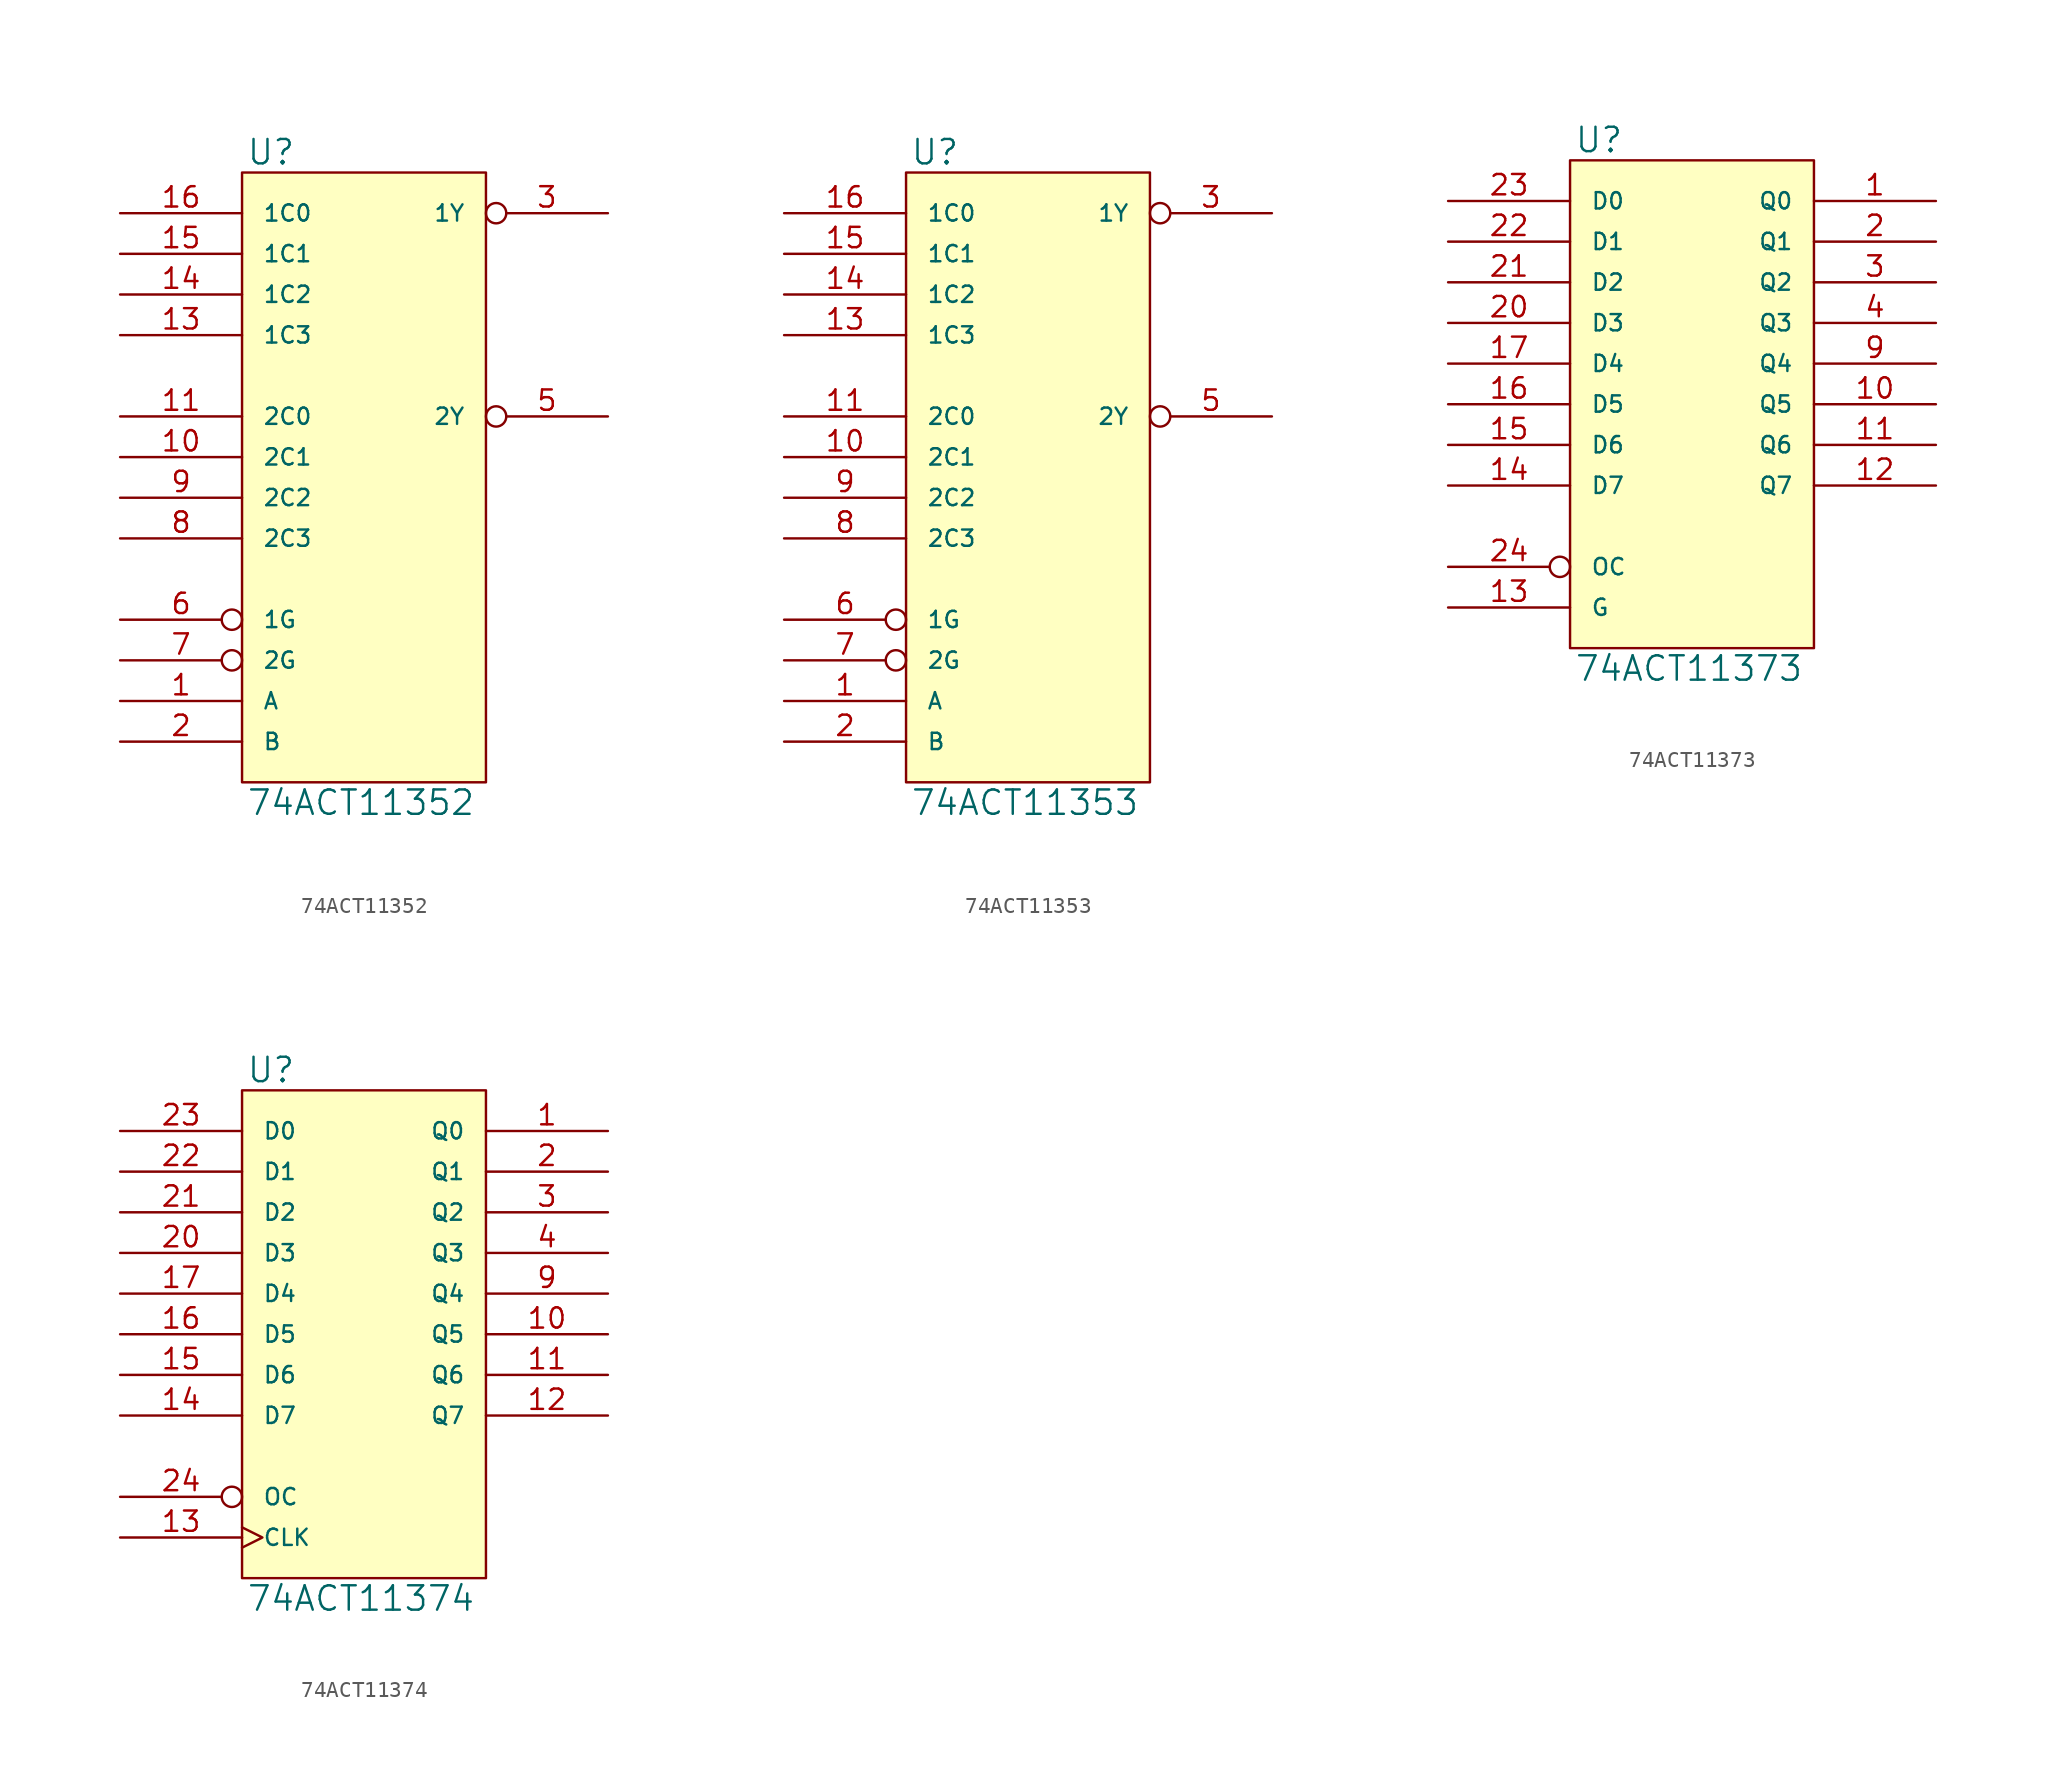
<source format=kicad_sym>
(kicad_symbol_lib
  (version 20231120)
  (generator "kicad_symbol_editor")
  (generator_version "8.0")
  (symbol "74ACT11352"
    (pin_names
      (offset 1.27))
    (property "Reference" "U"
      (at 0.254 0.381 0)
      (effects (font (size 1.524 1.524)) (justify left bottom)))
    (property "Value" "74ACT11352"
      (at 0.254 -38.481 0)
      (effects (font (size 1.524 1.524)) (justify left top)))
    (symbol "74ACT11352_0_1"
      (rectangle (start 0 0) (end 15.24 -38.1) (stroke (width 0) (type solid)) (fill (type background))))
    (symbol "74ACT11352_1_1"
      (pin input line (at -7.62 -33.02 0) (length 7.62) (name "A" (effects (font (size 1.016 1.016)))) (number "1" (effects (font (size 1.27 1.27)))))
      (pin input line (at -7.62 -17.78 0) (length 7.62) (name "2C1" (effects (font (size 1.016 1.016)))) (number "10" (effects (font (size 1.27 1.27)))))
      (pin input line (at -7.62 -15.24 0) (length 7.62) (name "2C0" (effects (font (size 1.016 1.016)))) (number "11" (effects (font (size 1.27 1.27)))))
      (pin power_in line (at 0 0 270) (length 0) hide (name "VCC" (effects (font (size 1.016 1.016)))) (number "12" (effects (font (size 1.27 1.27)))))
      (pin input line (at -7.62 -10.16 0) (length 7.62) (name "1C3" (effects (font (size 1.016 1.016)))) (number "13" (effects (font (size 1.27 1.27)))))
      (pin input line (at -7.62 -7.62 0) (length 7.62) (name "1C2" (effects (font (size 1.016 1.016)))) (number "14" (effects (font (size 1.27 1.27)))))
      (pin input line (at -7.62 -5.08 0) (length 7.62) (name "1C1" (effects (font (size 1.016 1.016)))) (number "15" (effects (font (size 1.27 1.27)))))
      (pin input line (at -7.62 -2.54 0) (length 7.62) (name "1C0" (effects (font (size 1.016 1.016)))) (number "16" (effects (font (size 1.27 1.27)))))
      (pin input line (at -7.62 -35.56 0) (length 7.62) (name "B" (effects (font (size 1.016 1.016)))) (number "2" (effects (font (size 1.27 1.27)))))
      (pin output inverted (at 22.86 -2.54 180) (length 7.62) (name "1Y" (effects (font (size 1.016 1.016)))) (number "3" (effects (font (size 1.27 1.27)))))
      (pin power_in line (at 0 -38.1 90) (length 0) hide (name "GND" (effects (font (size 1.016 1.016)))) (number "4" (effects (font (size 1.27 1.27)))))
      (pin output inverted (at 22.86 -15.24 180) (length 7.62) (name "2Y" (effects (font (size 1.016 1.016)))) (number "5" (effects (font (size 1.27 1.27)))))
      (pin input inverted (at -7.62 -27.94 0) (length 7.62) (name "1G" (effects (font (size 1.016 1.016)))) (number "6" (effects (font (size 1.27 1.27)))))
      (pin input inverted (at -7.62 -30.48 0) (length 7.62) (name "2G" (effects (font (size 1.016 1.016)))) (number "7" (effects (font (size 1.27 1.27)))))
      (pin input line (at -7.62 -22.86 0) (length 7.62) (name "2C3" (effects (font (size 1.016 1.016)))) (number "8" (effects (font (size 1.27 1.27)))))
      (pin input line (at -7.62 -20.32 0) (length 7.62) (name "2C2" (effects (font (size 1.016 1.016)))) (number "9" (effects (font (size 1.27 1.27)))))))
  (symbol "74ACT11353"
    (pin_names
      (offset 1.27))
    (property "Reference" "U"
      (at 0.254 0.381 0)
      (effects (font (size 1.524 1.524)) (justify left bottom)))
    (property "Value" "74ACT11353"
      (at 0.254 -38.481 0)
      (effects (font (size 1.524 1.524)) (justify left top)))
    (symbol "74ACT11353_0_1"
      (rectangle (start 0 0) (end 15.24 -38.1) (stroke (width 0) (type solid)) (fill (type background))))
    (symbol "74ACT11353_1_1"
      (pin input line (at -7.62 -33.02 0) (length 7.62) (name "A" (effects (font (size 1.016 1.016)))) (number "1" (effects (font (size 1.27 1.27)))))
      (pin input line (at -7.62 -17.78 0) (length 7.62) (name "2C1" (effects (font (size 1.016 1.016)))) (number "10" (effects (font (size 1.27 1.27)))))
      (pin input line (at -7.62 -15.24 0) (length 7.62) (name "2C0" (effects (font (size 1.016 1.016)))) (number "11" (effects (font (size 1.27 1.27)))))
      (pin power_in line (at 0 0 270) (length 0) hide (name "VCC" (effects (font (size 1.016 1.016)))) (number "12" (effects (font (size 1.27 1.27)))))
      (pin input line (at -7.62 -10.16 0) (length 7.62) (name "1C3" (effects (font (size 1.016 1.016)))) (number "13" (effects (font (size 1.27 1.27)))))
      (pin input line (at -7.62 -7.62 0) (length 7.62) (name "1C2" (effects (font (size 1.016 1.016)))) (number "14" (effects (font (size 1.27 1.27)))))
      (pin input line (at -7.62 -5.08 0) (length 7.62) (name "1C1" (effects (font (size 1.016 1.016)))) (number "15" (effects (font (size 1.27 1.27)))))
      (pin input line (at -7.62 -2.54 0) (length 7.62) (name "1C0" (effects (font (size 1.016 1.016)))) (number "16" (effects (font (size 1.27 1.27)))))
      (pin input line (at -7.62 -35.56 0) (length 7.62) (name "B" (effects (font (size 1.016 1.016)))) (number "2" (effects (font (size 1.27 1.27)))))
      (pin tri_state inverted (at 22.86 -2.54 180) (length 7.62) (name "1Y" (effects (font (size 1.016 1.016)))) (number "3" (effects (font (size 1.27 1.27)))))
      (pin power_in line (at 0 -38.1 90) (length 0) hide (name "GND" (effects (font (size 1.016 1.016)))) (number "4" (effects (font (size 1.27 1.27)))))
      (pin tri_state inverted (at 22.86 -15.24 180) (length 7.62) (name "2Y" (effects (font (size 1.016 1.016)))) (number "5" (effects (font (size 1.27 1.27)))))
      (pin input inverted (at -7.62 -27.94 0) (length 7.62) (name "1G" (effects (font (size 1.016 1.016)))) (number "6" (effects (font (size 1.27 1.27)))))
      (pin input inverted (at -7.62 -30.48 0) (length 7.62) (name "2G" (effects (font (size 1.016 1.016)))) (number "7" (effects (font (size 1.27 1.27)))))
      (pin input line (at -7.62 -22.86 0) (length 7.62) (name "2C3" (effects (font (size 1.016 1.016)))) (number "8" (effects (font (size 1.27 1.27)))))
      (pin input line (at -7.62 -20.32 0) (length 7.62) (name "2C2" (effects (font (size 1.016 1.016)))) (number "9" (effects (font (size 1.27 1.27)))))))
  (symbol "74ACT11373"
    (pin_names
      (offset 1.27))
    (property "Reference" "U"
      (at 0.254 0.381 0)
      (effects (font (size 1.524 1.524)) (justify left bottom)))
    (property "Value" "74ACT11373"
      (at 0.254 -30.861 0)
      (effects (font (size 1.524 1.524)) (justify left top)))
    (symbol "74ACT11373_0_1"
      (rectangle (start 0 0) (end 15.24 -30.48) (stroke (width 0) (type solid)) (fill (type background))))
    (symbol "74ACT11373_1_1"
      (pin tri_state line (at 22.86 -2.54 180) (length 7.62) (name "Q0" (effects (font (size 1.016 1.016)))) (number "1" (effects (font (size 1.27 1.27)))))
      (pin tri_state line (at 22.86 -15.24 180) (length 7.62) (name "Q5" (effects (font (size 1.016 1.016)))) (number "10" (effects (font (size 1.27 1.27)))))
      (pin tri_state line (at 22.86 -17.78 180) (length 7.62) (name "Q6" (effects (font (size 1.016 1.016)))) (number "11" (effects (font (size 1.27 1.27)))))
      (pin tri_state line (at 22.86 -20.32 180) (length 7.62) (name "Q7" (effects (font (size 1.016 1.016)))) (number "12" (effects (font (size 1.27 1.27)))))
      (pin input line (at -7.62 -27.94 0) (length 7.62) (name "G" (effects (font (size 1.016 1.016)))) (number "13" (effects (font (size 1.27 1.27)))))
      (pin input line (at -7.62 -20.32 0) (length 7.62) (name "D7" (effects (font (size 1.016 1.016)))) (number "14" (effects (font (size 1.27 1.27)))))
      (pin input line (at -7.62 -17.78 0) (length 7.62) (name "D6" (effects (font (size 1.016 1.016)))) (number "15" (effects (font (size 1.27 1.27)))))
      (pin input line (at -7.62 -15.24 0) (length 7.62) (name "D5" (effects (font (size 1.016 1.016)))) (number "16" (effects (font (size 1.27 1.27)))))
      (pin input line (at -7.62 -12.7 0) (length 7.62) (name "D4" (effects (font (size 1.016 1.016)))) (number "17" (effects (font (size 1.27 1.27)))))
      (pin power_in line (at 2.54 0 270) (length 0) hide (name "VCC" (effects (font (size 1.016 1.016)))) (number "18" (effects (font (size 1.27 1.27)))))
      (pin power_in line (at 0 0 270) (length 0) hide (name "VCC" (effects (font (size 1.016 1.016)))) (number "19" (effects (font (size 1.27 1.27)))))
      (pin tri_state line (at 22.86 -5.08 180) (length 7.62) (name "Q1" (effects (font (size 1.016 1.016)))) (number "2" (effects (font (size 1.27 1.27)))))
      (pin input line (at -7.62 -10.16 0) (length 7.62) (name "D3" (effects (font (size 1.016 1.016)))) (number "20" (effects (font (size 1.27 1.27)))))
      (pin input line (at -7.62 -7.62 0) (length 7.62) (name "D2" (effects (font (size 1.016 1.016)))) (number "21" (effects (font (size 1.27 1.27)))))
      (pin input line (at -7.62 -5.08 0) (length 7.62) (name "D1" (effects (font (size 1.016 1.016)))) (number "22" (effects (font (size 1.27 1.27)))))
      (pin input line (at -7.62 -2.54 0) (length 7.62) (name "D0" (effects (font (size 1.016 1.016)))) (number "23" (effects (font (size 1.27 1.27)))))
      (pin input inverted (at -7.62 -25.4 0) (length 7.62) (name "OC" (effects (font (size 1.016 1.016)))) (number "24" (effects (font (size 1.27 1.27)))))
      (pin tri_state line (at 22.86 -7.62 180) (length 7.62) (name "Q2" (effects (font (size 1.016 1.016)))) (number "3" (effects (font (size 1.27 1.27)))))
      (pin tri_state line (at 22.86 -10.16 180) (length 7.62) (name "Q3" (effects (font (size 1.016 1.016)))) (number "4" (effects (font (size 1.27 1.27)))))
      (pin power_in line (at 0 -30.48 90) (length 0) hide (name "GND" (effects (font (size 1.016 1.016)))) (number "5" (effects (font (size 1.27 1.27)))))
      (pin power_in line (at 2.54 -30.48 90) (length 0) hide (name "GND" (effects (font (size 1.016 1.016)))) (number "6" (effects (font (size 1.27 1.27)))))
      (pin power_in line (at 5.08 -30.48 90) (length 0) hide (name "GND" (effects (font (size 1.016 1.016)))) (number "7" (effects (font (size 1.27 1.27)))))
      (pin power_in line (at 7.62 -30.48 90) (length 0) hide (name "GND" (effects (font (size 1.016 1.016)))) (number "8" (effects (font (size 1.27 1.27)))))
      (pin tri_state line (at 22.86 -12.7 180) (length 7.62) (name "Q4" (effects (font (size 1.016 1.016)))) (number "9" (effects (font (size 1.27 1.27)))))))
  (symbol "74ACT11374"
    (pin_names
      (offset 1.27))
    (property "Reference" "U"
      (at 0.254 0.381 0)
      (effects (font (size 1.524 1.524)) (justify left bottom)))
    (property "Value" "74ACT11374"
      (at 0.254 -30.861 0)
      (effects (font (size 1.524 1.524)) (justify left top)))
    (symbol "74ACT11374_0_1"
      (rectangle (start 0 0) (end 15.24 -30.48) (stroke (width 0) (type solid)) (fill (type background))))
    (symbol "74ACT11374_1_1"
      (pin tri_state line (at 22.86 -2.54 180) (length 7.62) (name "Q0" (effects (font (size 1.016 1.016)))) (number "1" (effects (font (size 1.27 1.27)))))
      (pin tri_state line (at 22.86 -15.24 180) (length 7.62) (name "Q5" (effects (font (size 1.016 1.016)))) (number "10" (effects (font (size 1.27 1.27)))))
      (pin tri_state line (at 22.86 -17.78 180) (length 7.62) (name "Q6" (effects (font (size 1.016 1.016)))) (number "11" (effects (font (size 1.27 1.27)))))
      (pin tri_state line (at 22.86 -20.32 180) (length 7.62) (name "Q7" (effects (font (size 1.016 1.016)))) (number "12" (effects (font (size 1.27 1.27)))))
      (pin input clock (at -7.62 -27.94 0) (length 7.62) (name "CLK" (effects (font (size 1.016 1.016)))) (number "13" (effects (font (size 1.27 1.27)))))
      (pin input line (at -7.62 -20.32 0) (length 7.62) (name "D7" (effects (font (size 1.016 1.016)))) (number "14" (effects (font (size 1.27 1.27)))))
      (pin input line (at -7.62 -17.78 0) (length 7.62) (name "D6" (effects (font (size 1.016 1.016)))) (number "15" (effects (font (size 1.27 1.27)))))
      (pin input line (at -7.62 -15.24 0) (length 7.62) (name "D5" (effects (font (size 1.016 1.016)))) (number "16" (effects (font (size 1.27 1.27)))))
      (pin input line (at -7.62 -12.7 0) (length 7.62) (name "D4" (effects (font (size 1.016 1.016)))) (number "17" (effects (font (size 1.27 1.27)))))
      (pin power_in line (at 2.54 0 270) (length 0) hide (name "VCC" (effects (font (size 1.016 1.016)))) (number "18" (effects (font (size 1.27 1.27)))))
      (pin power_in line (at 0 0 270) (length 0) hide (name "VCC" (effects (font (size 1.016 1.016)))) (number "19" (effects (font (size 1.27 1.27)))))
      (pin tri_state line (at 22.86 -5.08 180) (length 7.62) (name "Q1" (effects (font (size 1.016 1.016)))) (number "2" (effects (font (size 1.27 1.27)))))
      (pin input line (at -7.62 -10.16 0) (length 7.62) (name "D3" (effects (font (size 1.016 1.016)))) (number "20" (effects (font (size 1.27 1.27)))))
      (pin input line (at -7.62 -7.62 0) (length 7.62) (name "D2" (effects (font (size 1.016 1.016)))) (number "21" (effects (font (size 1.27 1.27)))))
      (pin input line (at -7.62 -5.08 0) (length 7.62) (name "D1" (effects (font (size 1.016 1.016)))) (number "22" (effects (font (size 1.27 1.27)))))
      (pin input line (at -7.62 -2.54 0) (length 7.62) (name "D0" (effects (font (size 1.016 1.016)))) (number "23" (effects (font (size 1.27 1.27)))))
      (pin input inverted (at -7.62 -25.4 0) (length 7.62) (name "OC" (effects (font (size 1.016 1.016)))) (number "24" (effects (font (size 1.27 1.27)))))
      (pin tri_state line (at 22.86 -7.62 180) (length 7.62) (name "Q2" (effects (font (size 1.016 1.016)))) (number "3" (effects (font (size 1.27 1.27)))))
      (pin tri_state line (at 22.86 -10.16 180) (length 7.62) (name "Q3" (effects (font (size 1.016 1.016)))) (number "4" (effects (font (size 1.27 1.27)))))
      (pin power_in line (at 0 -30.48 90) (length 0) hide (name "GND" (effects (font (size 1.016 1.016)))) (number "5" (effects (font (size 1.27 1.27)))))
      (pin power_in line (at 2.54 -30.48 90) (length 0) hide (name "GND" (effects (font (size 1.016 1.016)))) (number "6" (effects (font (size 1.27 1.27)))))
      (pin power_in line (at 5.08 -30.48 90) (length 0) hide (name "GND" (effects (font (size 1.016 1.016)))) (number "7" (effects (font (size 1.27 1.27)))))
      (pin power_in line (at 7.62 -30.48 90) (length 0) hide (name "GND" (effects (font (size 1.016 1.016)))) (number "8" (effects (font (size 1.27 1.27)))))
      (pin tri_state line (at 22.86 -12.7 180) (length 7.62) (name "Q4" (effects (font (size 1.016 1.016)))) (number "9" (effects (font (size 1.27 1.27))))))))
</source>
